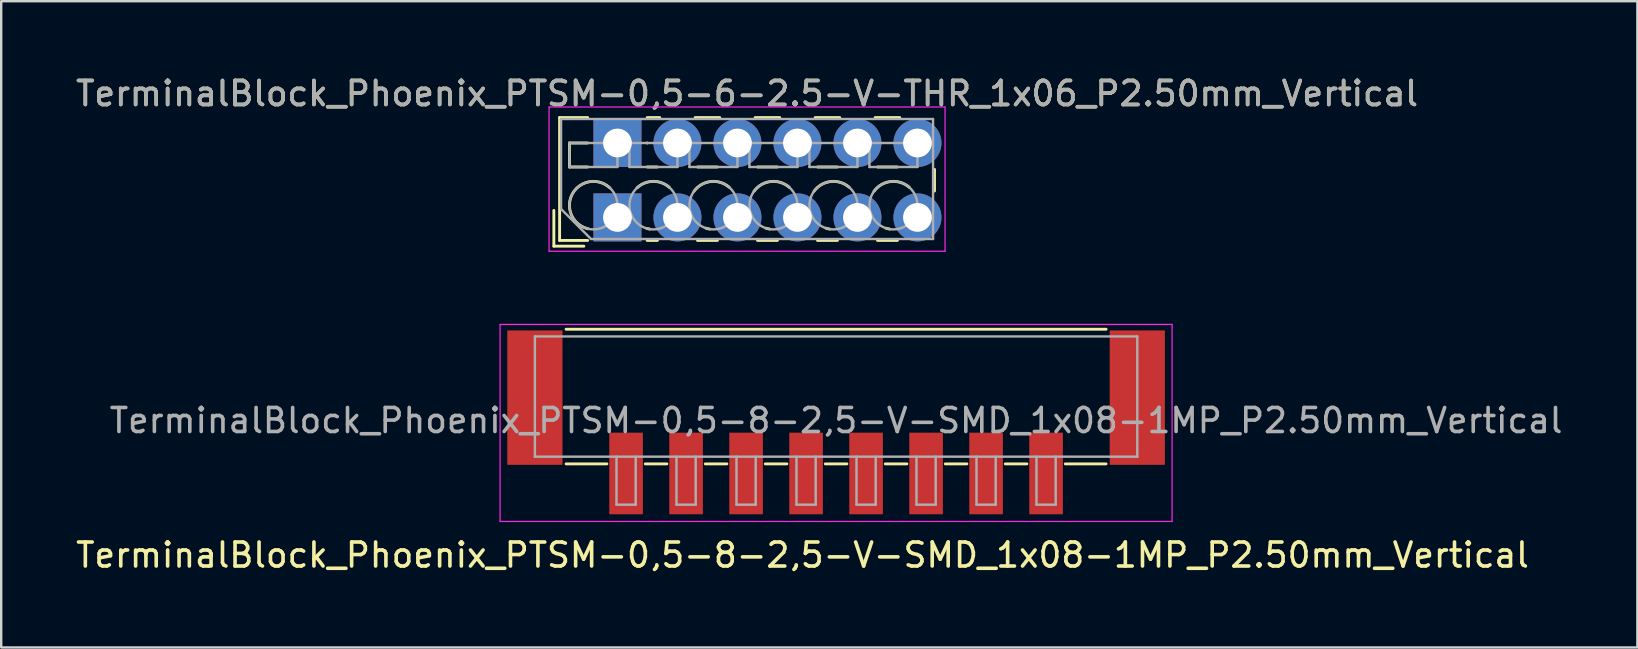
<source format=kicad_pcb>
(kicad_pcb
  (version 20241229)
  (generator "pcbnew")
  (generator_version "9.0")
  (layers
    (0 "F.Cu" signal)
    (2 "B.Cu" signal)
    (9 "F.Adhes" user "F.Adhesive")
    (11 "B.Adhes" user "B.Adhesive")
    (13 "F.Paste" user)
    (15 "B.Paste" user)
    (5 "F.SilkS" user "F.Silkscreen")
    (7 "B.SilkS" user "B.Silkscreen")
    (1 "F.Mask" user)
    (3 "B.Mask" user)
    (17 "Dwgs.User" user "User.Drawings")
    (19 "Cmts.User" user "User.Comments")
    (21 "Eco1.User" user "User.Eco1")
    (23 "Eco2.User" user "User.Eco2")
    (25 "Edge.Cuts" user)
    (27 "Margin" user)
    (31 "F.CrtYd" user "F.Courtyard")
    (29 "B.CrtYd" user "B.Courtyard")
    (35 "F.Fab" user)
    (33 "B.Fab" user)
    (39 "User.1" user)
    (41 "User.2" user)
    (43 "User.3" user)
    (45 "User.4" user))
  (footprint "TerminalBlock_Phoenix_PTSM-0,5-6-2.5-V-THR_1x06_P2.50mm_Vertical"
    (layer "F.Cu")
    (at 22.677 6.008)
    (property "Reference" "TerminalBlock_Phoenix_PTSM-0,5-6-2.5-V-THR_1x06_P2.50mm_Vertical" (at 5.4 -5.16 0) (layer "F.SilkS") (effects (font (size 1 1) (thickness 0.15))))
    (attr through_hole)
    (fp_line (start -2.65 -0.29) (end -2.65 1.2) (stroke (width 0.12) (type solid)) (layer "F.SilkS"))
    (fp_line (start -2.65 1.2) (end -1.4 1.2) (stroke (width 0.12) (type solid)) (layer "F.SilkS"))
    (fp_line (start -2.41 -4.16) (end -2.41 0.961) (stroke (width 0.12) (type solid)) (layer "F.SilkS"))
    (fp_line (start -2.41 -4.16) (end -1.24 -4.16) (stroke (width 0.12) (type solid)) (layer "F.SilkS"))
    (fp_line (start -2.41 0.961) (end -1.24 0.961) (stroke (width 0.12) (type solid)) (layer "F.SilkS"))
    (fp_line (start -2 -3.1) (end -2 -2.1) (stroke (width 0.12) (type solid)) (layer "F.SilkS"))
    (fp_line (start -2 -3.1) (end -1.24 -3.1) (stroke (width 0.12) (type solid)) (layer "F.SilkS"))
    (fp_line (start -2 -2.1) (end -1.24 -2.1) (stroke (width 0.12) (type solid)) (layer "F.SilkS"))
    (fp_line (start 1.24 -4.16) (end 1.763 -4.16) (stroke (width 0.12) (type solid)) (layer "F.SilkS"))
    (fp_line (start 1.24 -3.1) (end 1.245 -3.1) (stroke (width 0.12) (type solid)) (layer "F.SilkS"))
    (fp_line (start 1.24 -2.1) (end 1.665 -2.1) (stroke (width 0.12) (type solid)) (layer "F.SilkS"))
    (fp_line (start 1.24 0.961) (end 1.665 0.961) (stroke (width 0.12) (type solid)) (layer "F.SilkS"))
    (fp_line (start 3.238 -4.16) (end 4.263 -4.16) (stroke (width 0.12) (type solid)) (layer "F.SilkS"))
    (fp_line (start 3.336 -2.1) (end 4.165 -2.1) (stroke (width 0.12) (type solid)) (layer "F.SilkS"))
    (fp_line (start 3.336 0.961) (end 4.165 0.961) (stroke (width 0.12) (type solid)) (layer "F.SilkS"))
    (fp_line (start 5.738 -4.16) (end 6.763 -4.16) (stroke (width 0.12) (type solid)) (layer "F.SilkS"))
    (fp_line (start 5.836 -2.1) (end 6.665 -2.1) (stroke (width 0.12) (type solid)) (layer "F.SilkS"))
    (fp_line (start 5.836 0.961) (end 6.665 0.961) (stroke (width 0.12) (type solid)) (layer "F.SilkS"))
    (fp_line (start 8.238 -4.16) (end 9.263 -4.16) (stroke (width 0.12) (type solid)) (layer "F.SilkS"))
    (fp_line (start 8.336 -2.1) (end 9.165 -2.1) (stroke (width 0.12) (type solid)) (layer "F.SilkS"))
    (fp_line (start 8.336 0.961) (end 9.165 0.961) (stroke (width 0.12) (type solid)) (layer "F.SilkS"))
    (fp_line (start 10.738 -4.16) (end 11.763 -4.16) (stroke (width 0.12) (type solid)) (layer "F.SilkS"))
    (fp_line (start 10.836 -2.1) (end 11.665 -2.1) (stroke (width 0.12) (type solid)) (layer "F.SilkS"))
    (fp_line (start 10.836 0.961) (end 11.665 0.961) (stroke (width 0.12) (type solid)) (layer "F.SilkS"))
    (fp_line (start 13.21 -2) (end 13.21 -1.1) (stroke (width 0.12) (type solid)) (layer "F.SilkS"))
    (fp_arc (start -1.224629 0.474931) (mid -1.883573 -0.969306) (end -0.318 -1.232) (stroke (width 0.12) (type solid)) (layer "F.SilkS"))
    (fp_arc (start 0.817811 -1.23232) (mid 1.483053 -1.500693) (end 2.157 -1.255) (stroke (width 0.12) (type solid)) (layer "F.SilkS"))
    (fp_arc (start 1.344288 0.488343) (mid 1.284242 0.476994) (end 1.225 0.462) (stroke (width 0.12) (type solid)) (layer "F.SilkS"))
    (fp_arc (start 3.190612 -1.088697) (mid 3.887218 -1.494461) (end 4.657 -1.255) (stroke (width 0.12) (type solid)) (layer "F.SilkS"))
    (fp_arc (start 3.84373 0.488618) (mid 3.766646 0.47331) (end 3.691 0.452) (stroke (width 0.12) (type solid)) (layer "F.SilkS"))
    (fp_arc (start 5.690612 -1.088697) (mid 6.387218 -1.494461) (end 7.157 -1.255) (stroke (width 0.12) (type solid)) (layer "F.SilkS"))
    (fp_arc (start 6.34373 0.488618) (mid 6.266646 0.47331) (end 6.191 0.452) (stroke (width 0.12) (type solid)) (layer "F.SilkS"))
    (fp_arc (start 8.190612 -1.088697) (mid 8.887218 -1.494461) (end 9.657 -1.255) (stroke (width 0.12) (type solid)) (layer "F.SilkS"))
    (fp_arc (start 8.84373 0.488618) (mid 8.766646 0.47331) (end 8.691 0.452) (stroke (width 0.12) (type solid)) (layer "F.SilkS"))
    (fp_arc (start 10.690612 -1.088697) (mid 11.387218 -1.494461) (end 12.157 -1.255) (stroke (width 0.12) (type solid)) (layer "F.SilkS"))
    (fp_arc (start 11.34373 0.488618) (mid 11.266646 0.47331) (end 11.191 0.452) (stroke (width 0.12) (type solid)) (layer "F.SilkS"))
    (fp_line (start -2.85 -4.6) (end -2.85 1.41) (stroke (width 0.05) (type solid)) (layer "F.CrtYd"))
    (fp_line (start -2.85 1.41) (end 13.65 1.41) (stroke (width 0.05) (type solid)) (layer "F.CrtYd"))
    (fp_line (start 13.65 -4.6) (end -2.85 -4.6) (stroke (width 0.05) (type solid)) (layer "F.CrtYd"))
    (fp_line (start 13.65 1.41) (end 13.65 -4.6) (stroke (width 0.05) (type solid)) (layer "F.CrtYd"))
    (fp_line (start -2.35 -4.1) (end 13.15 -4.1) (stroke (width 0.1) (type solid)) (layer "F.Fab"))
    (fp_line (start -2.35 -0.35) (end -2.35 -4.1) (stroke (width 0.1) (type solid)) (layer "F.Fab"))
    (fp_line (start -2 -3.1) (end -2 -2.1) (stroke (width 0.1) (type solid)) (layer "F.Fab"))
    (fp_line (start -2 -2.1) (end 0 -2.1) (stroke (width 0.1) (type solid)) (layer "F.Fab"))
    (fp_line (start -1.1 0.9) (end -2.35 -0.35) (stroke (width 0.1) (type solid)) (layer "F.Fab"))
    (fp_line (start 0 -3.1) (end -2 -3.1) (stroke (width 0.1) (type solid)) (layer "F.Fab"))
    (fp_line (start 0 -2.1) (end 0 -3.1) (stroke (width 0.1) (type solid)) (layer "F.Fab"))
    (fp_line (start 0.5 -3.1) (end 0.5 -2.1) (stroke (width 0.1) (type solid)) (layer "F.Fab"))
    (fp_line (start 0.5 -2.1) (end 2.5 -2.1) (stroke (width 0.1) (type solid)) (layer "F.Fab"))
    (fp_line (start 2.5 -3.1) (end 0.5 -3.1) (stroke (width 0.1) (type solid)) (layer "F.Fab"))
    (fp_line (start 2.5 -2.1) (end 2.5 -3.1) (stroke (width 0.1) (type solid)) (layer "F.Fab"))
    (fp_line (start 3 -3.1) (end 3 -2.1) (stroke (width 0.1) (type solid)) (layer "F.Fab"))
    (fp_line (start 3 -2.1) (end 5 -2.1) (stroke (width 0.1) (type solid)) (layer "F.Fab"))
    (fp_line (start 5 -3.1) (end 3 -3.1) (stroke (width 0.1) (type solid)) (layer "F.Fab"))
    (fp_line (start 5 -2.1) (end 5 -3.1) (stroke (width 0.1) (type solid)) (layer "F.Fab"))
    (fp_line (start 5.5 -3.1) (end 5.5 -2.1) (stroke (width 0.1) (type solid)) (layer "F.Fab"))
    (fp_line (start 5.5 -2.1) (end 7.5 -2.1) (stroke (width 0.1) (type solid)) (layer "F.Fab"))
    (fp_line (start 7.5 -3.1) (end 5.5 -3.1) (stroke (width 0.1) (type solid)) (layer "F.Fab"))
    (fp_line (start 7.5 -2.1) (end 7.5 -3.1) (stroke (width 0.1) (type solid)) (layer "F.Fab"))
    (fp_line (start 8 -3.1) (end 8 -2.1) (stroke (width 0.1) (type solid)) (layer "F.Fab"))
    (fp_line (start 8 -2.1) (end 10 -2.1) (stroke (width 0.1) (type solid)) (layer "F.Fab"))
    (fp_line (start 10 -3.1) (end 8 -3.1) (stroke (width 0.1) (type solid)) (layer "F.Fab"))
    (fp_line (start 10 -2.1) (end 10 -3.1) (stroke (width 0.1) (type solid)) (layer "F.Fab"))
    (fp_line (start 10.5 -3.1) (end 10.5 -2.1) (stroke (width 0.1) (type solid)) (layer "F.Fab"))
    (fp_line (start 10.5 -2.1) (end 12.5 -2.1) (stroke (width 0.1) (type solid)) (layer "F.Fab"))
    (fp_line (start 12.5 -3.1) (end 10.5 -3.1) (stroke (width 0.1) (type solid)) (layer "F.Fab"))
    (fp_line (start 12.5 -2.1) (end 12.5 -3.1) (stroke (width 0.1) (type solid)) (layer "F.Fab"))
    (fp_line (start 13.15 -4.1) (end 13.15 0.9) (stroke (width 0.1) (type solid)) (layer "F.Fab"))
    (fp_line (start 13.15 0.9) (end -1.1 0.9) (stroke (width 0.1) (type solid)) (layer "F.Fab"))
    (fp_circle (center -1 -0.5) (end 0 -0.5) (stroke (width 0.1) (type solid)) (fill no) (layer "F.Fab"))
    (fp_circle (center 1.5 -0.5) (end 2.5 -0.5) (stroke (width 0.1) (type solid)) (fill no) (layer "F.Fab"))
    (fp_circle (center 4 -0.5) (end 5 -0.5) (stroke (width 0.1) (type solid)) (fill no) (layer "F.Fab"))
    (fp_circle (center 6.5 -0.5) (end 7.5 -0.5) (stroke (width 0.1) (type solid)) (fill no) (layer "F.Fab"))
    (fp_circle (center 9 -0.5) (end 10 -0.5) (stroke (width 0.1) (type solid)) (fill no) (layer "F.Fab"))
    (fp_circle (center 11.5 -0.5) (end 12.5 -0.5) (stroke (width 0.1) (type solid)) (fill no) (layer "F.Fab"))
    (fp_text user "${REFERENCE}" (at 5.4 -5.16 0) (layer "F.Fab") (effects (font (size 1 1) (thickness 0.15))))
    (pad "1" thru_hole rect (at 0 -3.1) (size 2 2) (drill 1.2) (layers "*.Cu" "*.Mask"))
    (pad "1" thru_hole rect (at 0 0) (size 2 2) (drill 1.2) (layers "*.Cu" "*.Mask"))
    (pad "2" thru_hole circle (at 2.5 -3.1) (size 2 2) (drill 1.2) (layers "*.Cu" "*.Mask"))
    (pad "2" thru_hole circle (at 2.5 0) (size 2 2) (drill 1.2) (layers "*.Cu" "*.Mask"))
    (pad "3" thru_hole circle (at 5 -3.1) (size 2 2) (drill 1.2) (layers "*.Cu" "*.Mask"))
    (pad "3" thru_hole circle (at 5 0) (size 2 2) (drill 1.2) (layers "*.Cu" "*.Mask"))
    (pad "4" thru_hole circle (at 7.5 -3.1) (size 2 2) (drill 1.2) (layers "*.Cu" "*.Mask"))
    (pad "4" thru_hole circle (at 7.5 0) (size 2 2) (drill 1.2) (layers "*.Cu" "*.Mask"))
    (pad "5" thru_hole circle (at 10 -3.1) (size 2 2) (drill 1.2) (layers "*.Cu" "*.Mask"))
    (pad "5" thru_hole circle (at 10 0) (size 2 2) (drill 1.2) (layers "*.Cu" "*.Mask"))
    (pad "6" thru_hole circle (at 12.5 -3.1) (size 2 2) (drill 1.2) (layers "*.Cu" "*.Mask"))
    (pad "6" thru_hole circle (at 12.5 0) (size 2 2) (drill 1.2) (layers "*.Cu" "*.Mask")))
  (footprint "TerminalBlock_Phoenix_PTSM-0,5-8-2,5-V-SMD_1x08-1MP_P2.50mm_Vertical"
    (layer "F.Cu")
    (at 31.787 14.548)
    (property "Reference" "TerminalBlock_Phoenix_PTSM-0,5-8-2,5-V-SMD_1x08-1MP_P2.50mm_Vertical" (at -1.4 5.53 0) (layer "F.SilkS") (effects (font (size 1 1) (thickness 0.15))))
    (attr smd)
    (fp_line (start -11.25 -3.88) (end 11.25 -3.88) (stroke (width 0.12) (type solid)) (layer "F.SilkS"))
    (fp_line (start -9.55 1.73) (end -11.25 1.73) (stroke (width 0.12) (type solid)) (layer "F.SilkS"))
    (fp_line (start -7.05 1.73) (end -7.95 1.73) (stroke (width 0.12) (type solid)) (layer "F.SilkS"))
    (fp_line (start -4.55 1.73) (end -5.45 1.73) (stroke (width 0.12) (type solid)) (layer "F.SilkS"))
    (fp_line (start -2.05 1.73) (end -2.95 1.73) (stroke (width 0.12) (type solid)) (layer "F.SilkS"))
    (fp_line (start 0.45 1.73) (end -0.45 1.73) (stroke (width 0.12) (type solid)) (layer "F.SilkS"))
    (fp_line (start 2.95 1.73) (end 2.05 1.73) (stroke (width 0.12) (type solid)) (layer "F.SilkS"))
    (fp_line (start 5.45 1.73) (end 4.55 1.73) (stroke (width 0.12) (type solid)) (layer "F.SilkS"))
    (fp_line (start 7.95 1.73) (end 7.05 1.73) (stroke (width 0.12) (type solid)) (layer "F.SilkS"))
    (fp_line (start 11.25 1.73) (end 9.55 1.73) (stroke (width 0.12) (type solid)) (layer "F.SilkS"))
    (fp_line (start -14 -4.08) (end 14 -4.08) (stroke (width 0.05) (type solid)) (layer "F.CrtYd"))
    (fp_line (start -14 4.13) (end -14 -4.08) (stroke (width 0.05) (type solid)) (layer "F.CrtYd"))
    (fp_line (start 14 -4.08) (end 14 4.13) (stroke (width 0.05) (type solid)) (layer "F.CrtYd"))
    (fp_line (start 14 4.13) (end -14 4.13) (stroke (width 0.05) (type solid)) (layer "F.CrtYd"))
    (fp_line (start -12.55 -3.58) (end 12.55 -3.58) (stroke (width 0.1) (type solid)) (layer "F.Fab"))
    (fp_line (start -12.55 1.43) (end -12.55 -3.58) (stroke (width 0.1) (type solid)) (layer "F.Fab"))
    (fp_line (start -9.15 1.43) (end -9.15 3.43) (stroke (width 0.1) (type solid)) (layer "F.Fab"))
    (fp_line (start -9.15 3.43) (end -8.35 3.43) (stroke (width 0.1) (type solid)) (layer "F.Fab"))
    (fp_line (start -8.35 1.43) (end -8.35 3.43) (stroke (width 0.1) (type solid)) (layer "F.Fab"))
    (fp_line (start -6.65 1.43) (end -6.65 3.43) (stroke (width 0.1) (type solid)) (layer "F.Fab"))
    (fp_line (start -6.65 3.43) (end -5.85 3.43) (stroke (width 0.1) (type solid)) (layer "F.Fab"))
    (fp_line (start -5.85 1.43) (end -5.85 3.43) (stroke (width 0.1) (type solid)) (layer "F.Fab"))
    (fp_line (start -4.15 1.43) (end -4.15 3.43) (stroke (width 0.1) (type solid)) (layer "F.Fab"))
    (fp_line (start -4.15 3.43) (end -3.35 3.43) (stroke (width 0.1) (type solid)) (layer "F.Fab"))
    (fp_line (start -3.35 1.43) (end -3.35 3.43) (stroke (width 0.1) (type solid)) (layer "F.Fab"))
    (fp_line (start -1.65 1.43) (end -1.65 3.43) (stroke (width 0.1) (type solid)) (layer "F.Fab"))
    (fp_line (start -1.65 3.43) (end -0.85 3.43) (stroke (width 0.1) (type solid)) (layer "F.Fab"))
    (fp_line (start -0.85 1.43) (end -0.85 3.43) (stroke (width 0.1) (type solid)) (layer "F.Fab"))
    (fp_line (start 0.85 1.43) (end 0.85 3.43) (stroke (width 0.1) (type solid)) (layer "F.Fab"))
    (fp_line (start 0.85 3.43) (end 1.65 3.43) (stroke (width 0.1) (type solid)) (layer "F.Fab"))
    (fp_line (start 1.65 1.43) (end 1.65 3.43) (stroke (width 0.1) (type solid)) (layer "F.Fab"))
    (fp_line (start 3.35 1.43) (end 3.35 3.43) (stroke (width 0.1) (type solid)) (layer "F.Fab"))
    (fp_line (start 3.35 3.43) (end 4.15 3.43) (stroke (width 0.1) (type solid)) (layer "F.Fab"))
    (fp_line (start 4.15 1.43) (end 4.15 3.43) (stroke (width 0.1) (type solid)) (layer "F.Fab"))
    (fp_line (start 5.85 1.43) (end 5.85 3.43) (stroke (width 0.1) (type solid)) (layer "F.Fab"))
    (fp_line (start 5.85 3.43) (end 6.65 3.43) (stroke (width 0.1) (type solid)) (layer "F.Fab"))
    (fp_line (start 6.65 1.43) (end 6.65 3.43) (stroke (width 0.1) (type solid)) (layer "F.Fab"))
    (fp_line (start 8.35 1.43) (end 8.35 3.43) (stroke (width 0.1) (type solid)) (layer "F.Fab"))
    (fp_line (start 8.35 3.43) (end 9.15 3.43) (stroke (width 0.1) (type solid)) (layer "F.Fab"))
    (fp_line (start 9.15 1.43) (end 9.15 3.43) (stroke (width 0.1) (type solid)) (layer "F.Fab"))
    (fp_line (start 12.55 1.43) (end -12.55 1.43) (stroke (width 0.1) (type solid)) (layer "F.Fab"))
    (fp_line (start 12.55 1.43) (end 12.55 -3.58) (stroke (width 0.1) (type solid)) (layer "F.Fab"))
    (fp_text user "${REFERENCE}" (at 0 -0.075 0) (layer "F.Fab") (effects (font (size 1 1) (thickness 0.15))))
    (pad "1" smd rect (at -8.75 2.13 180) (size 1.4 3.4) (layers "F.Cu" "F.Mask" "F.Paste"))
    (pad "2" smd rect (at -6.25 2.13 180) (size 1.4 3.4) (layers "F.Cu" "F.Mask" "F.Paste"))
    (pad "3" smd rect (at -3.75 2.13 180) (size 1.4 3.4) (layers "F.Cu" "F.Mask" "F.Paste"))
    (pad "4" smd rect (at -1.25 2.13 180) (size 1.4 3.4) (layers "F.Cu" "F.Mask" "F.Paste"))
    (pad "5" smd rect (at 1.25 2.13 180) (size 1.4 3.4) (layers "F.Cu" "F.Mask" "F.Paste"))
    (pad "6" smd rect (at 3.75 2.13 180) (size 1.4 3.4) (layers "F.Cu" "F.Mask" "F.Paste"))
    (pad "7" smd rect (at 6.25 2.13 180) (size 1.4 3.4) (layers "F.Cu" "F.Mask" "F.Paste"))
    (pad "8" smd rect (at 8.75 2.13 180) (size 1.4 3.4) (layers "F.Cu" "F.Mask" "F.Paste"))
    (pad "MP" smd rect (at -12.55 -1.03 180) (size 2.3 5.6) (layers "F.Cu" "F.Mask" "F.Paste"))
    (pad "MP" smd rect (at 12.55 -1.03 180) (size 2.3 5.6) (layers "F.Cu" "F.Mask" "F.Paste")))
  (gr_rect
    (start -3 -3)
    (end 65.174 23.927)
    (stroke (width 0.1) (type default))
    (fill no)
    (layer "Edge.Cuts")))
</source>
